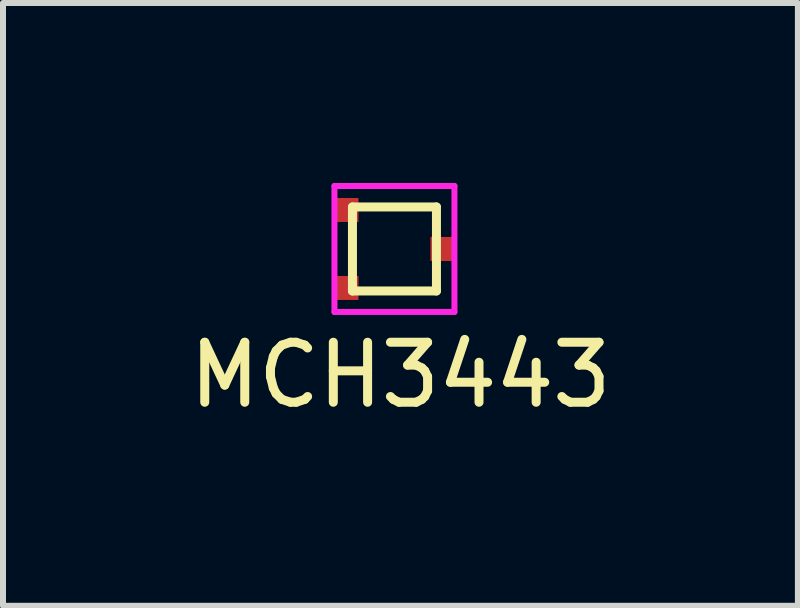
<source format=kicad_pcb>
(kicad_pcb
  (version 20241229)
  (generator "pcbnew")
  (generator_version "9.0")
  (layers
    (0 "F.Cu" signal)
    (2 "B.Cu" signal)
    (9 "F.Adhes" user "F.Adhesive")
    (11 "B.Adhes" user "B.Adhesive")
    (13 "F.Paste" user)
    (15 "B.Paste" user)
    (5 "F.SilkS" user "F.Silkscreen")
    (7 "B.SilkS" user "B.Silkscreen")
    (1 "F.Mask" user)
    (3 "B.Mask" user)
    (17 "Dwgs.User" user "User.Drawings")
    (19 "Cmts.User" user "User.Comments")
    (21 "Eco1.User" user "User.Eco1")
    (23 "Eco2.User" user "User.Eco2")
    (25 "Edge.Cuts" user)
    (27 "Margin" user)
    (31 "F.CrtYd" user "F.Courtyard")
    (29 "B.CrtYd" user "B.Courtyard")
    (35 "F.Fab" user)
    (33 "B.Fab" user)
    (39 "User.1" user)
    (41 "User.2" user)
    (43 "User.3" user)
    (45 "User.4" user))
  (footprint "MCH3443"
    (layer "F.Cu")
    (at 3.525 1.1)
    (property "Reference" "MCH3443" (at 0.1 2.1 0) (layer "F.SilkS") (effects (font (size 1 1) (thickness 0.15))))
    (attr smd)
    (fp_line (start -0.7 -0.7) (end 0.7 -0.7) (stroke (width 0.15) (type solid)) (layer "F.SilkS"))
    (fp_line (start -0.7 0.7) (end -0.7 -0.7) (stroke (width 0.15) (type solid)) (layer "F.SilkS"))
    (fp_line (start 0.7 -0.7) (end 0.7 0.7) (stroke (width 0.15) (type solid)) (layer "F.SilkS"))
    (fp_line (start 0.7 0.7) (end -0.7 0.7) (stroke (width 0.15) (type solid)) (layer "F.SilkS"))
    (fp_line (start -1 -1.05) (end 1 -1.05) (stroke (width 0.1) (type solid)) (layer "F.CrtYd"))
    (fp_line (start -1 1.05) (end -1 -1.05) (stroke (width 0.1) (type solid)) (layer "F.CrtYd"))
    (fp_line (start 1 -1.05) (end 1 1.05) (stroke (width 0.1) (type solid)) (layer "F.CrtYd"))
    (fp_line (start 1 1.05) (end -1 1.05) (stroke (width 0.1) (type solid)) (layer "F.CrtYd"))
    (pad "1" smd rect (at -0.8 -0.65) (size 0.4 0.4) (layers "F.Cu" "F.Mask" "F.Paste"))
    (pad "2" smd rect (at -0.8 0.65) (size 0.4 0.4) (layers "F.Cu" "F.Mask" "F.Paste"))
    (pad "3" smd rect (at 0.8 0) (size 0.4 0.4) (layers "F.Cu" "F.Mask" "F.Paste")))
  (gr_rect
    (start -3 -3)
    (end 10.25 7.048)
    (stroke (width 0.1) (type default))
    (fill no)
    (layer "Edge.Cuts")))
</source>
